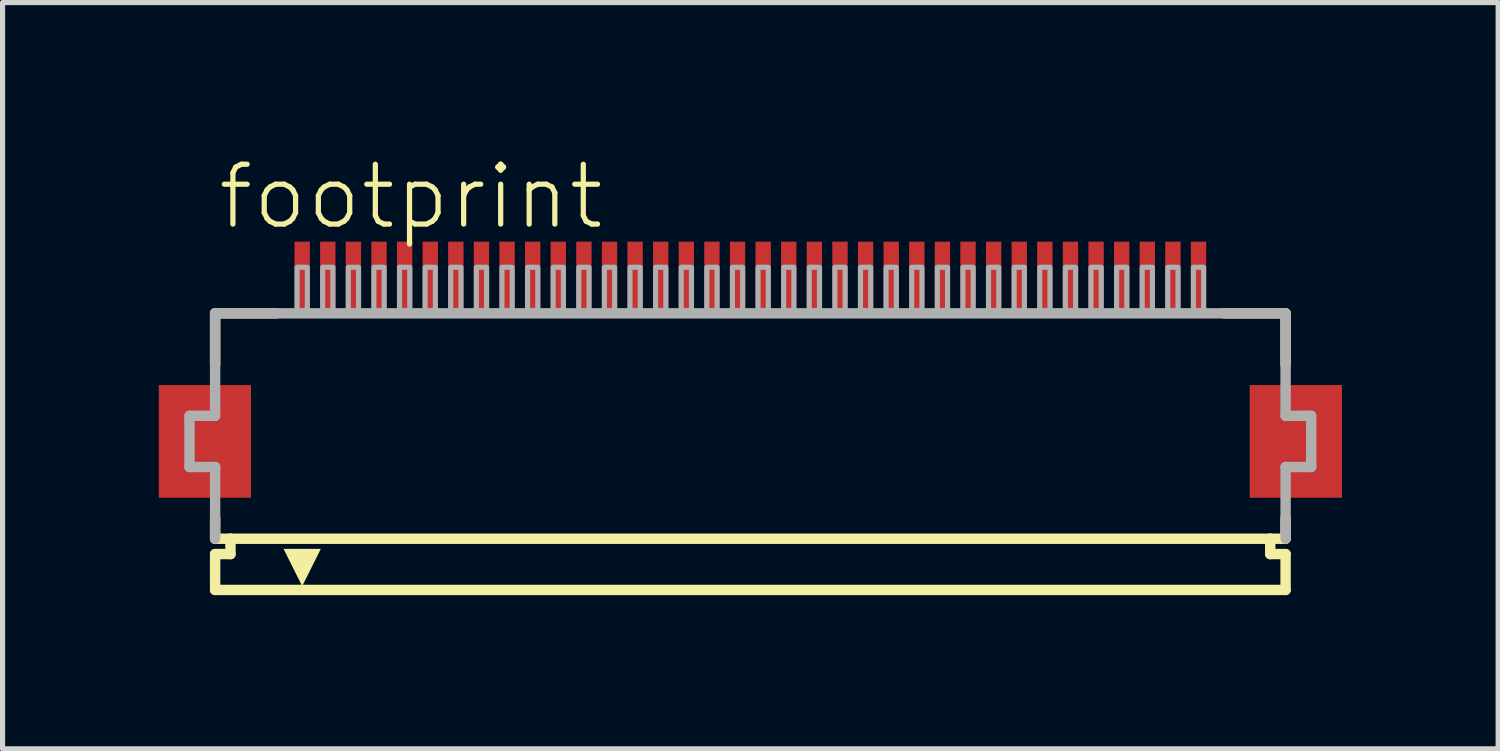
<source format=kicad_pcb>
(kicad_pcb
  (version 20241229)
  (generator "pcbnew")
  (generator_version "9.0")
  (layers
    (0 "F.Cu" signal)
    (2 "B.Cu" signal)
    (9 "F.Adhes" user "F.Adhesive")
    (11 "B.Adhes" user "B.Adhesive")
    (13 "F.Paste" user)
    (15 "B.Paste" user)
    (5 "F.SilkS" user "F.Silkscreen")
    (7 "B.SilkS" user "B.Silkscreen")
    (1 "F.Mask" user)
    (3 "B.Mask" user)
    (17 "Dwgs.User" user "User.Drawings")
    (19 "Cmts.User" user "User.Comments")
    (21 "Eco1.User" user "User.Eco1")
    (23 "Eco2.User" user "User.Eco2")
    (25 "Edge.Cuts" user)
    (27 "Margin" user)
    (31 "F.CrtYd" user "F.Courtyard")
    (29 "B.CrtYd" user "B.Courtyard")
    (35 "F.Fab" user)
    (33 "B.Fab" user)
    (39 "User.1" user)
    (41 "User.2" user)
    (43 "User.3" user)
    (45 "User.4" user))
  (footprint "footprint"
    (layer "F.Cu")
    (at 11.6 5.568)
    (property "Reference" "footprint" (at -10.448 -4.095 0) (layer "F.SilkS") (effects (font (size 1.168 1.168) (thickness 0.102)) (justify left bottom)))
    (fp_poly (pts (xy -9.75 -1.1) (xy -11.55 -1.1) (xy -11.55 1.1) (xy -9.75 1.1)) (stroke (width 0) (type solid)) (fill yes) (layer "F.Cu"))
    (fp_poly (pts (xy 11.55 -1.1) (xy 9.75 -1.1) (xy 9.75 1.1) (xy 11.55 1.1)) (stroke (width 0) (type solid)) (fill yes) (layer "F.Cu"))
    (fp_poly (pts (xy -9.7 -1.175) (xy -11.6 -1.175) (xy -11.6 1.175) (xy -9.7 1.175)) (stroke (width 0) (type solid)) (fill yes) (layer "F.Mask"))
    (fp_poly (pts (xy -8.95 -2.55) (xy -8.55 -2.55) (xy -8.55 -3.95) (xy -8.95 -3.95)) (stroke (width 0) (type solid)) (fill yes) (layer "F.Mask"))
    (fp_poly (pts (xy -8.45 -2.55) (xy -8.05 -2.55) (xy -8.05 -3.95) (xy -8.45 -3.95)) (stroke (width 0) (type solid)) (fill yes) (layer "F.Mask"))
    (fp_poly (pts (xy -7.95 -2.55) (xy -7.55 -2.55) (xy -7.55 -3.95) (xy -7.95 -3.95)) (stroke (width 0) (type solid)) (fill yes) (layer "F.Mask"))
    (fp_poly (pts (xy -7.45 -2.55) (xy -7.05 -2.55) (xy -7.05 -3.95) (xy -7.45 -3.95)) (stroke (width 0) (type solid)) (fill yes) (layer "F.Mask"))
    (fp_poly (pts (xy -6.95 -2.55) (xy -6.55 -2.55) (xy -6.55 -3.95) (xy -6.95 -3.95)) (stroke (width 0) (type solid)) (fill yes) (layer "F.Mask"))
    (fp_poly (pts (xy -6.45 -2.55) (xy -6.05 -2.55) (xy -6.05 -3.95) (xy -6.45 -3.95)) (stroke (width 0) (type solid)) (fill yes) (layer "F.Mask"))
    (fp_poly (pts (xy -5.95 -2.55) (xy -5.55 -2.55) (xy -5.55 -3.95) (xy -5.95 -3.95)) (stroke (width 0) (type solid)) (fill yes) (layer "F.Mask"))
    (fp_poly (pts (xy -5.45 -2.55) (xy -5.05 -2.55) (xy -5.05 -3.95) (xy -5.45 -3.95)) (stroke (width 0) (type solid)) (fill yes) (layer "F.Mask"))
    (fp_poly (pts (xy -4.95 -2.55) (xy -4.55 -2.55) (xy -4.55 -3.95) (xy -4.95 -3.95)) (stroke (width 0) (type solid)) (fill yes) (layer "F.Mask"))
    (fp_poly (pts (xy -4.45 -2.55) (xy -4.05 -2.55) (xy -4.05 -3.95) (xy -4.45 -3.95)) (stroke (width 0) (type solid)) (fill yes) (layer "F.Mask"))
    (fp_poly (pts (xy -3.95 -2.55) (xy -3.55 -2.55) (xy -3.55 -3.95) (xy -3.95 -3.95)) (stroke (width 0) (type solid)) (fill yes) (layer "F.Mask"))
    (fp_poly (pts (xy -3.45 -2.55) (xy -3.05 -2.55) (xy -3.05 -3.95) (xy -3.45 -3.95)) (stroke (width 0) (type solid)) (fill yes) (layer "F.Mask"))
    (fp_poly (pts (xy -2.95 -2.55) (xy -2.55 -2.55) (xy -2.55 -3.95) (xy -2.95 -3.95)) (stroke (width 0) (type solid)) (fill yes) (layer "F.Mask"))
    (fp_poly (pts (xy -2.45 -2.55) (xy -2.05 -2.55) (xy -2.05 -3.95) (xy -2.45 -3.95)) (stroke (width 0) (type solid)) (fill yes) (layer "F.Mask"))
    (fp_poly (pts (xy -1.95 -2.55) (xy -1.55 -2.55) (xy -1.55 -3.95) (xy -1.95 -3.95)) (stroke (width 0) (type solid)) (fill yes) (layer "F.Mask"))
    (fp_poly (pts (xy -1.45 -2.55) (xy -1.05 -2.55) (xy -1.05 -3.95) (xy -1.45 -3.95)) (stroke (width 0) (type solid)) (fill yes) (layer "F.Mask"))
    (fp_poly (pts (xy -0.95 -2.55) (xy -0.55 -2.55) (xy -0.55 -3.95) (xy -0.95 -3.95)) (stroke (width 0) (type solid)) (fill yes) (layer "F.Mask"))
    (fp_poly (pts (xy -0.45 -2.55) (xy -0.05 -2.55) (xy -0.05 -3.95) (xy -0.45 -3.95)) (stroke (width 0) (type solid)) (fill yes) (layer "F.Mask"))
    (fp_poly (pts (xy 0.05 -2.55) (xy 0.45 -2.55) (xy 0.45 -3.95) (xy 0.05 -3.95)) (stroke (width 0) (type solid)) (fill yes) (layer "F.Mask"))
    (fp_poly (pts (xy 0.55 -2.55) (xy 0.95 -2.55) (xy 0.95 -3.95) (xy 0.55 -3.95)) (stroke (width 0) (type solid)) (fill yes) (layer "F.Mask"))
    (fp_poly (pts (xy 1.05 -2.55) (xy 1.45 -2.55) (xy 1.45 -3.95) (xy 1.05 -3.95)) (stroke (width 0) (type solid)) (fill yes) (layer "F.Mask"))
    (fp_poly (pts (xy 1.55 -2.55) (xy 1.95 -2.55) (xy 1.95 -3.95) (xy 1.55 -3.95)) (stroke (width 0) (type solid)) (fill yes) (layer "F.Mask"))
    (fp_poly (pts (xy 2.05 -2.55) (xy 2.45 -2.55) (xy 2.45 -3.95) (xy 2.05 -3.95)) (stroke (width 0) (type solid)) (fill yes) (layer "F.Mask"))
    (fp_poly (pts (xy 2.55 -2.55) (xy 2.95 -2.55) (xy 2.95 -3.95) (xy 2.55 -3.95)) (stroke (width 0) (type solid)) (fill yes) (layer "F.Mask"))
    (fp_poly (pts (xy 3.05 -2.55) (xy 3.45 -2.55) (xy 3.45 -3.95) (xy 3.05 -3.95)) (stroke (width 0) (type solid)) (fill yes) (layer "F.Mask"))
    (fp_poly (pts (xy 3.55 -2.55) (xy 3.95 -2.55) (xy 3.95 -3.95) (xy 3.55 -3.95)) (stroke (width 0) (type solid)) (fill yes) (layer "F.Mask"))
    (fp_poly (pts (xy 4.05 -2.55) (xy 4.45 -2.55) (xy 4.45 -3.95) (xy 4.05 -3.95)) (stroke (width 0) (type solid)) (fill yes) (layer "F.Mask"))
    (fp_poly (pts (xy 4.55 -2.55) (xy 4.95 -2.55) (xy 4.95 -3.95) (xy 4.55 -3.95)) (stroke (width 0) (type solid)) (fill yes) (layer "F.Mask"))
    (fp_poly (pts (xy 5.05 -2.55) (xy 5.45 -2.55) (xy 5.45 -3.95) (xy 5.05 -3.95)) (stroke (width 0) (type solid)) (fill yes) (layer "F.Mask"))
    (fp_poly (pts (xy 5.55 -2.55) (xy 5.95 -2.55) (xy 5.95 -3.95) (xy 5.55 -3.95)) (stroke (width 0) (type solid)) (fill yes) (layer "F.Mask"))
    (fp_poly (pts (xy 6.05 -2.55) (xy 6.45 -2.55) (xy 6.45 -3.95) (xy 6.05 -3.95)) (stroke (width 0) (type solid)) (fill yes) (layer "F.Mask"))
    (fp_poly (pts (xy 6.55 -2.55) (xy 6.95 -2.55) (xy 6.95 -3.95) (xy 6.55 -3.95)) (stroke (width 0) (type solid)) (fill yes) (layer "F.Mask"))
    (fp_poly (pts (xy 7.05 -2.55) (xy 7.45 -2.55) (xy 7.45 -3.95) (xy 7.05 -3.95)) (stroke (width 0) (type solid)) (fill yes) (layer "F.Mask"))
    (fp_poly (pts (xy 7.55 -2.55) (xy 7.95 -2.55) (xy 7.95 -3.95) (xy 7.55 -3.95)) (stroke (width 0) (type solid)) (fill yes) (layer "F.Mask"))
    (fp_poly (pts (xy 8.05 -2.55) (xy 8.45 -2.55) (xy 8.45 -3.95) (xy 8.05 -3.95)) (stroke (width 0) (type solid)) (fill yes) (layer "F.Mask"))
    (fp_poly (pts (xy 8.55 -2.55) (xy 8.95 -2.55) (xy 8.95 -3.95) (xy 8.55 -3.95)) (stroke (width 0) (type solid)) (fill yes) (layer "F.Mask"))
    (fp_poly (pts (xy 11.6 -1.175) (xy 9.7 -1.175) (xy 9.7 1.175) (xy 11.6 1.175)) (stroke (width 0) (type solid)) (fill yes) (layer "F.Mask"))
    (fp_line (start -10.45 -2.5) (end -10.45 -1.5) (stroke (width 0.203) (type solid)) (layer "F.SilkS"))
    (fp_line (start -10.45 1.5) (end -10.45 1.9) (stroke (width 0.203) (type solid)) (layer "F.SilkS"))
    (fp_line (start -10.45 1.9) (end -10.15 1.9) (stroke (width 0.203) (type solid)) (layer "F.SilkS"))
    (fp_line (start -10.45 2.2) (end -10.45 2.9) (stroke (width 0.203) (type solid)) (layer "F.SilkS"))
    (fp_line (start -10.15 1.9) (end -10.15 2.2) (stroke (width 0.203) (type solid)) (layer "F.SilkS"))
    (fp_line (start -10.15 2.2) (end -10.45 2.2) (stroke (width 0.203) (type solid)) (layer "F.SilkS"))
    (fp_line (start -9.25 -2.5) (end -10.45 -2.5) (stroke (width 0.203) (type solid)) (layer "F.SilkS"))
    (fp_line (start 10.15 1.9) (end -10.15 1.9) (stroke (width 0.203) (type solid)) (layer "F.SilkS"))
    (fp_line (start 10.15 1.9) (end 10.45 1.9) (stroke (width 0.203) (type solid)) (layer "F.SilkS"))
    (fp_line (start 10.15 2.2) (end 10.15 1.9) (stroke (width 0.203) (type solid)) (layer "F.SilkS"))
    (fp_line (start 10.45 -2.5) (end 9.25 -2.5) (stroke (width 0.203) (type solid)) (layer "F.SilkS"))
    (fp_line (start 10.45 -1.5) (end 10.45 -2.5) (stroke (width 0.203) (type solid)) (layer "F.SilkS"))
    (fp_line (start 10.45 1.9) (end 10.45 1.5) (stroke (width 0.203) (type solid)) (layer "F.SilkS"))
    (fp_line (start 10.45 2.2) (end 10.15 2.2) (stroke (width 0.203) (type solid)) (layer "F.SilkS"))
    (fp_line (start 10.45 2.9) (end -10.45 2.9) (stroke (width 0.203) (type solid)) (layer "F.SilkS"))
    (fp_line (start 10.45 2.9) (end 10.45 2.2) (stroke (width 0.203) (type solid)) (layer "F.SilkS"))
    (fp_poly (pts (xy -8.75 2.827) (xy -9.114 2.098) (xy -8.386 2.098)) (stroke (width 0) (type solid)) (fill yes) (layer "F.SilkS"))
    (fp_poly (pts (xy -9.825 -1.025) (xy -11.475 -1.025) (xy -11.475 1.025) (xy -9.825 1.025)) (stroke (width 0) (type solid)) (fill yes) (layer "F.Paste"))
    (fp_poly (pts (xy -8.875 -2.625) (xy -8.625 -2.625) (xy -8.625 -3.875) (xy -8.875 -3.875)) (stroke (width 0) (type solid)) (fill yes) (layer "F.Paste"))
    (fp_poly (pts (xy -8.375 -2.625) (xy -8.125 -2.625) (xy -8.125 -3.875) (xy -8.375 -3.875)) (stroke (width 0) (type solid)) (fill yes) (layer "F.Paste"))
    (fp_poly (pts (xy -7.875 -2.625) (xy -7.625 -2.625) (xy -7.625 -3.875) (xy -7.875 -3.875)) (stroke (width 0) (type solid)) (fill yes) (layer "F.Paste"))
    (fp_poly (pts (xy -7.375 -2.625) (xy -7.125 -2.625) (xy -7.125 -3.875) (xy -7.375 -3.875)) (stroke (width 0) (type solid)) (fill yes) (layer "F.Paste"))
    (fp_poly (pts (xy -6.875 -2.625) (xy -6.625 -2.625) (xy -6.625 -3.875) (xy -6.875 -3.875)) (stroke (width 0) (type solid)) (fill yes) (layer "F.Paste"))
    (fp_poly (pts (xy -6.375 -2.625) (xy -6.125 -2.625) (xy -6.125 -3.875) (xy -6.375 -3.875)) (stroke (width 0) (type solid)) (fill yes) (layer "F.Paste"))
    (fp_poly (pts (xy -5.875 -2.625) (xy -5.625 -2.625) (xy -5.625 -3.875) (xy -5.875 -3.875)) (stroke (width 0) (type solid)) (fill yes) (layer "F.Paste"))
    (fp_poly (pts (xy -5.375 -2.625) (xy -5.125 -2.625) (xy -5.125 -3.875) (xy -5.375 -3.875)) (stroke (width 0) (type solid)) (fill yes) (layer "F.Paste"))
    (fp_poly (pts (xy -4.875 -2.625) (xy -4.625 -2.625) (xy -4.625 -3.875) (xy -4.875 -3.875)) (stroke (width 0) (type solid)) (fill yes) (layer "F.Paste"))
    (fp_poly (pts (xy -4.375 -2.625) (xy -4.125 -2.625) (xy -4.125 -3.875) (xy -4.375 -3.875)) (stroke (width 0) (type solid)) (fill yes) (layer "F.Paste"))
    (fp_poly (pts (xy -3.875 -2.625) (xy -3.625 -2.625) (xy -3.625 -3.875) (xy -3.875 -3.875)) (stroke (width 0) (type solid)) (fill yes) (layer "F.Paste"))
    (fp_poly (pts (xy -3.375 -2.625) (xy -3.125 -2.625) (xy -3.125 -3.875) (xy -3.375 -3.875)) (stroke (width 0) (type solid)) (fill yes) (layer "F.Paste"))
    (fp_poly (pts (xy -2.875 -2.625) (xy -2.625 -2.625) (xy -2.625 -3.875) (xy -2.875 -3.875)) (stroke (width 0) (type solid)) (fill yes) (layer "F.Paste"))
    (fp_poly (pts (xy -2.375 -2.625) (xy -2.125 -2.625) (xy -2.125 -3.875) (xy -2.375 -3.875)) (stroke (width 0) (type solid)) (fill yes) (layer "F.Paste"))
    (fp_poly (pts (xy -1.875 -2.625) (xy -1.625 -2.625) (xy -1.625 -3.875) (xy -1.875 -3.875)) (stroke (width 0) (type solid)) (fill yes) (layer "F.Paste"))
    (fp_poly (pts (xy -1.375 -2.625) (xy -1.125 -2.625) (xy -1.125 -3.875) (xy -1.375 -3.875)) (stroke (width 0) (type solid)) (fill yes) (layer "F.Paste"))
    (fp_poly (pts (xy -0.875 -2.625) (xy -0.625 -2.625) (xy -0.625 -3.875) (xy -0.875 -3.875)) (stroke (width 0) (type solid)) (fill yes) (layer "F.Paste"))
    (fp_poly (pts (xy -0.375 -2.625) (xy -0.125 -2.625) (xy -0.125 -3.875) (xy -0.375 -3.875)) (stroke (width 0) (type solid)) (fill yes) (layer "F.Paste"))
    (fp_poly (pts (xy 0.125 -2.625) (xy 0.375 -2.625) (xy 0.375 -3.875) (xy 0.125 -3.875)) (stroke (width 0) (type solid)) (fill yes) (layer "F.Paste"))
    (fp_poly (pts (xy 0.625 -2.625) (xy 0.875 -2.625) (xy 0.875 -3.875) (xy 0.625 -3.875)) (stroke (width 0) (type solid)) (fill yes) (layer "F.Paste"))
    (fp_poly (pts (xy 1.125 -2.625) (xy 1.375 -2.625) (xy 1.375 -3.875) (xy 1.125 -3.875)) (stroke (width 0) (type solid)) (fill yes) (layer "F.Paste"))
    (fp_poly (pts (xy 1.625 -2.625) (xy 1.875 -2.625) (xy 1.875 -3.875) (xy 1.625 -3.875)) (stroke (width 0) (type solid)) (fill yes) (layer "F.Paste"))
    (fp_poly (pts (xy 2.125 -2.625) (xy 2.375 -2.625) (xy 2.375 -3.875) (xy 2.125 -3.875)) (stroke (width 0) (type solid)) (fill yes) (layer "F.Paste"))
    (fp_poly (pts (xy 2.625 -2.625) (xy 2.875 -2.625) (xy 2.875 -3.875) (xy 2.625 -3.875)) (stroke (width 0) (type solid)) (fill yes) (layer "F.Paste"))
    (fp_poly (pts (xy 3.125 -2.625) (xy 3.375 -2.625) (xy 3.375 -3.875) (xy 3.125 -3.875)) (stroke (width 0) (type solid)) (fill yes) (layer "F.Paste"))
    (fp_poly (pts (xy 3.625 -2.625) (xy 3.875 -2.625) (xy 3.875 -3.875) (xy 3.625 -3.875)) (stroke (width 0) (type solid)) (fill yes) (layer "F.Paste"))
    (fp_poly (pts (xy 4.125 -2.625) (xy 4.375 -2.625) (xy 4.375 -3.875) (xy 4.125 -3.875)) (stroke (width 0) (type solid)) (fill yes) (layer "F.Paste"))
    (fp_poly (pts (xy 4.625 -2.625) (xy 4.875 -2.625) (xy 4.875 -3.875) (xy 4.625 -3.875)) (stroke (width 0) (type solid)) (fill yes) (layer "F.Paste"))
    (fp_poly (pts (xy 5.125 -2.625) (xy 5.375 -2.625) (xy 5.375 -3.875) (xy 5.125 -3.875)) (stroke (width 0) (type solid)) (fill yes) (layer "F.Paste"))
    (fp_poly (pts (xy 5.625 -2.625) (xy 5.875 -2.625) (xy 5.875 -3.875) (xy 5.625 -3.875)) (stroke (width 0) (type solid)) (fill yes) (layer "F.Paste"))
    (fp_poly (pts (xy 6.125 -2.625) (xy 6.375 -2.625) (xy 6.375 -3.875) (xy 6.125 -3.875)) (stroke (width 0) (type solid)) (fill yes) (layer "F.Paste"))
    (fp_poly (pts (xy 6.625 -2.625) (xy 6.875 -2.625) (xy 6.875 -3.875) (xy 6.625 -3.875)) (stroke (width 0) (type solid)) (fill yes) (layer "F.Paste"))
    (fp_poly (pts (xy 7.125 -2.625) (xy 7.375 -2.625) (xy 7.375 -3.875) (xy 7.125 -3.875)) (stroke (width 0) (type solid)) (fill yes) (layer "F.Paste"))
    (fp_poly (pts (xy 7.625 -2.625) (xy 7.875 -2.625) (xy 7.875 -3.875) (xy 7.625 -3.875)) (stroke (width 0) (type solid)) (fill yes) (layer "F.Paste"))
    (fp_poly (pts (xy 8.125 -2.625) (xy 8.375 -2.625) (xy 8.375 -3.875) (xy 8.125 -3.875)) (stroke (width 0) (type solid)) (fill yes) (layer "F.Paste"))
    (fp_poly (pts (xy 8.625 -2.625) (xy 8.875 -2.625) (xy 8.875 -3.875) (xy 8.625 -3.875)) (stroke (width 0) (type solid)) (fill yes) (layer "F.Paste"))
    (fp_poly (pts (xy 11.475 -1.025) (xy 9.825 -1.025) (xy 9.825 1.025) (xy 11.475 1.025)) (stroke (width 0) (type solid)) (fill yes) (layer "F.Paste"))
    (fp_line (start -10.95 -0.5) (end -10.95 0.5) (stroke (width 0.203) (type solid)) (layer "F.Fab"))
    (fp_line (start -10.95 0.5) (end -10.45 0.5) (stroke (width 0.203) (type solid)) (layer "F.Fab"))
    (fp_line (start -10.45 -2.5) (end -10.45 -0.5) (stroke (width 0.203) (type solid)) (layer "F.Fab"))
    (fp_line (start -10.45 -0.5) (end -10.95 -0.5) (stroke (width 0.203) (type solid)) (layer "F.Fab"))
    (fp_line (start -10.45 0.5) (end -10.45 1.9) (stroke (width 0.203) (type solid)) (layer "F.Fab"))
    (fp_line (start 10.45 -2.5) (end -10.45 -2.5) (stroke (width 0.203) (type solid)) (layer "F.Fab"))
    (fp_line (start 10.45 -0.5) (end 10.45 -2.5) (stroke (width 0.203) (type solid)) (layer "F.Fab"))
    (fp_line (start 10.45 0.5) (end 10.95 0.5) (stroke (width 0.203) (type solid)) (layer "F.Fab"))
    (fp_line (start 10.45 1.9) (end 10.45 0.5) (stroke (width 0.203) (type solid)) (layer "F.Fab"))
    (fp_line (start 10.95 -0.5) (end 10.45 -0.5) (stroke (width 0.203) (type solid)) (layer "F.Fab"))
    (fp_line (start 10.95 0.5) (end 10.95 -0.5) (stroke (width 0.203) (type solid)) (layer "F.Fab"))
    (fp_poly (pts (xy -8.85 -2.55) (xy -8.65 -2.55) (xy -8.65 -3.4) (xy -8.85 -3.4)) (stroke (width 0.1) (type solid)) (fill no) (layer "F.Fab"))
    (fp_poly (pts (xy -8.35 -2.55) (xy -8.15 -2.55) (xy -8.15 -3.4) (xy -8.35 -3.4)) (stroke (width 0.1) (type solid)) (fill no) (layer "F.Fab"))
    (fp_poly (pts (xy -7.85 -2.55) (xy -7.65 -2.55) (xy -7.65 -3.4) (xy -7.85 -3.4)) (stroke (width 0.1) (type solid)) (fill no) (layer "F.Fab"))
    (fp_poly (pts (xy -7.35 -2.55) (xy -7.15 -2.55) (xy -7.15 -3.4) (xy -7.35 -3.4)) (stroke (width 0.1) (type solid)) (fill no) (layer "F.Fab"))
    (fp_poly (pts (xy -6.85 -2.55) (xy -6.65 -2.55) (xy -6.65 -3.4) (xy -6.85 -3.4)) (stroke (width 0.1) (type solid)) (fill no) (layer "F.Fab"))
    (fp_poly (pts (xy -6.35 -2.55) (xy -6.15 -2.55) (xy -6.15 -3.4) (xy -6.35 -3.4)) (stroke (width 0.1) (type solid)) (fill no) (layer "F.Fab"))
    (fp_poly (pts (xy -5.85 -2.55) (xy -5.65 -2.55) (xy -5.65 -3.4) (xy -5.85 -3.4)) (stroke (width 0.1) (type solid)) (fill no) (layer "F.Fab"))
    (fp_poly (pts (xy -5.35 -2.55) (xy -5.15 -2.55) (xy -5.15 -3.4) (xy -5.35 -3.4)) (stroke (width 0.1) (type solid)) (fill no) (layer "F.Fab"))
    (fp_poly (pts (xy -4.85 -2.55) (xy -4.65 -2.55) (xy -4.65 -3.4) (xy -4.85 -3.4)) (stroke (width 0.1) (type solid)) (fill no) (layer "F.Fab"))
    (fp_poly (pts (xy -4.35 -2.55) (xy -4.15 -2.55) (xy -4.15 -3.4) (xy -4.35 -3.4)) (stroke (width 0.1) (type solid)) (fill no) (layer "F.Fab"))
    (fp_poly (pts (xy -3.85 -2.55) (xy -3.65 -2.55) (xy -3.65 -3.4) (xy -3.85 -3.4)) (stroke (width 0.1) (type solid)) (fill no) (layer "F.Fab"))
    (fp_poly (pts (xy -3.35 -2.55) (xy -3.15 -2.55) (xy -3.15 -3.4) (xy -3.35 -3.4)) (stroke (width 0.1) (type solid)) (fill no) (layer "F.Fab"))
    (fp_poly (pts (xy -2.85 -2.55) (xy -2.65 -2.55) (xy -2.65 -3.4) (xy -2.85 -3.4)) (stroke (width 0.1) (type solid)) (fill no) (layer "F.Fab"))
    (fp_poly (pts (xy -2.35 -2.55) (xy -2.15 -2.55) (xy -2.15 -3.4) (xy -2.35 -3.4)) (stroke (width 0.1) (type solid)) (fill no) (layer "F.Fab"))
    (fp_poly (pts (xy -1.85 -2.55) (xy -1.65 -2.55) (xy -1.65 -3.4) (xy -1.85 -3.4)) (stroke (width 0.1) (type solid)) (fill no) (layer "F.Fab"))
    (fp_poly (pts (xy -1.35 -2.55) (xy -1.15 -2.55) (xy -1.15 -3.4) (xy -1.35 -3.4)) (stroke (width 0.1) (type solid)) (fill no) (layer "F.Fab"))
    (fp_poly (pts (xy -0.85 -2.55) (xy -0.65 -2.55) (xy -0.65 -3.4) (xy -0.85 -3.4)) (stroke (width 0.1) (type solid)) (fill no) (layer "F.Fab"))
    (fp_poly (pts (xy -0.35 -2.55) (xy -0.15 -2.55) (xy -0.15 -3.4) (xy -0.35 -3.4)) (stroke (width 0.1) (type solid)) (fill no) (layer "F.Fab"))
    (fp_poly (pts (xy 0.15 -2.55) (xy 0.35 -2.55) (xy 0.35 -3.4) (xy 0.15 -3.4)) (stroke (width 0.1) (type solid)) (fill no) (layer "F.Fab"))
    (fp_poly (pts (xy 0.65 -2.55) (xy 0.85 -2.55) (xy 0.85 -3.4) (xy 0.65 -3.4)) (stroke (width 0.1) (type solid)) (fill no) (layer "F.Fab"))
    (fp_poly (pts (xy 1.15 -2.55) (xy 1.35 -2.55) (xy 1.35 -3.4) (xy 1.15 -3.4)) (stroke (width 0.1) (type solid)) (fill no) (layer "F.Fab"))
    (fp_poly (pts (xy 1.65 -2.55) (xy 1.85 -2.55) (xy 1.85 -3.4) (xy 1.65 -3.4)) (stroke (width 0.1) (type solid)) (fill no) (layer "F.Fab"))
    (fp_poly (pts (xy 2.15 -2.55) (xy 2.35 -2.55) (xy 2.35 -3.4) (xy 2.15 -3.4)) (stroke (width 0.1) (type solid)) (fill no) (layer "F.Fab"))
    (fp_poly (pts (xy 2.65 -2.55) (xy 2.85 -2.55) (xy 2.85 -3.4) (xy 2.65 -3.4)) (stroke (width 0.1) (type solid)) (fill no) (layer "F.Fab"))
    (fp_poly (pts (xy 3.15 -2.55) (xy 3.35 -2.55) (xy 3.35 -3.4) (xy 3.15 -3.4)) (stroke (width 0.1) (type solid)) (fill no) (layer "F.Fab"))
    (fp_poly (pts (xy 3.65 -2.55) (xy 3.85 -2.55) (xy 3.85 -3.4) (xy 3.65 -3.4)) (stroke (width 0.1) (type solid)) (fill no) (layer "F.Fab"))
    (fp_poly (pts (xy 4.15 -2.55) (xy 4.35 -2.55) (xy 4.35 -3.4) (xy 4.15 -3.4)) (stroke (width 0.1) (type solid)) (fill no) (layer "F.Fab"))
    (fp_poly (pts (xy 4.65 -2.55) (xy 4.85 -2.55) (xy 4.85 -3.4) (xy 4.65 -3.4)) (stroke (width 0.1) (type solid)) (fill no) (layer "F.Fab"))
    (fp_poly (pts (xy 5.15 -2.55) (xy 5.35 -2.55) (xy 5.35 -3.4) (xy 5.15 -3.4)) (stroke (width 0.1) (type solid)) (fill no) (layer "F.Fab"))
    (fp_poly (pts (xy 5.65 -2.55) (xy 5.85 -2.55) (xy 5.85 -3.4) (xy 5.65 -3.4)) (stroke (width 0.1) (type solid)) (fill no) (layer "F.Fab"))
    (fp_poly (pts (xy 6.15 -2.55) (xy 6.35 -2.55) (xy 6.35 -3.4) (xy 6.15 -3.4)) (stroke (width 0.1) (type solid)) (fill no) (layer "F.Fab"))
    (fp_poly (pts (xy 6.65 -2.55) (xy 6.85 -2.55) (xy 6.85 -3.4) (xy 6.65 -3.4)) (stroke (width 0.1) (type solid)) (fill no) (layer "F.Fab"))
    (fp_poly (pts (xy 7.15 -2.55) (xy 7.35 -2.55) (xy 7.35 -3.4) (xy 7.15 -3.4)) (stroke (width 0.1) (type solid)) (fill no) (layer "F.Fab"))
    (fp_poly (pts (xy 7.65 -2.55) (xy 7.85 -2.55) (xy 7.85 -3.4) (xy 7.65 -3.4)) (stroke (width 0.1) (type solid)) (fill no) (layer "F.Fab"))
    (fp_poly (pts (xy 8.15 -2.55) (xy 8.35 -2.55) (xy 8.35 -3.4) (xy 8.15 -3.4)) (stroke (width 0.1) (type solid)) (fill no) (layer "F.Fab"))
    (fp_poly (pts (xy 8.65 -2.55) (xy 8.85 -2.55) (xy 8.85 -3.4) (xy 8.65 -3.4)) (stroke (width 0.1) (type solid)) (fill no) (layer "F.Fab"))
    (pad "1" smd rect (at -8.75 -3.25) (size 0.3 1.3) (layers "F.Cu"))
    (pad "2" smd rect (at -8.25 -3.25) (size 0.3 1.3) (layers "F.Cu"))
    (pad "3" smd rect (at -7.75 -3.25) (size 0.3 1.3) (layers "F.Cu"))
    (pad "4" smd rect (at -7.25 -3.25) (size 0.3 1.3) (layers "F.Cu"))
    (pad "5" smd rect (at -6.75 -3.25) (size 0.3 1.3) (layers "F.Cu"))
    (pad "6" smd rect (at -6.25 -3.25) (size 0.3 1.3) (layers "F.Cu"))
    (pad "7" smd rect (at -5.75 -3.25) (size 0.3 1.3) (layers "F.Cu"))
    (pad "8" smd rect (at -5.25 -3.25) (size 0.3 1.3) (layers "F.Cu"))
    (pad "9" smd rect (at -4.75 -3.25) (size 0.3 1.3) (layers "F.Cu"))
    (pad "10" smd rect (at -4.25 -3.25) (size 0.3 1.3) (layers "F.Cu"))
    (pad "11" smd rect (at -3.75 -3.25) (size 0.3 1.3) (layers "F.Cu"))
    (pad "12" smd rect (at -3.25 -3.25) (size 0.3 1.3) (layers "F.Cu"))
    (pad "13" smd rect (at -2.75 -3.25) (size 0.3 1.3) (layers "F.Cu"))
    (pad "14" smd rect (at -2.25 -3.25) (size 0.3 1.3) (layers "F.Cu"))
    (pad "15" smd rect (at -1.75 -3.25) (size 0.3 1.3) (layers "F.Cu"))
    (pad "16" smd rect (at -1.25 -3.25) (size 0.3 1.3) (layers "F.Cu"))
    (pad "17" smd rect (at -0.75 -3.25) (size 0.3 1.3) (layers "F.Cu"))
    (pad "18" smd rect (at -0.25 -3.25) (size 0.3 1.3) (layers "F.Cu"))
    (pad "19" smd rect (at 0.25 -3.25) (size 0.3 1.3) (layers "F.Cu"))
    (pad "20" smd rect (at 0.75 -3.25) (size 0.3 1.3) (layers "F.Cu"))
    (pad "21" smd rect (at 1.25 -3.25) (size 0.3 1.3) (layers "F.Cu"))
    (pad "22" smd rect (at 1.75 -3.25) (size 0.3 1.3) (layers "F.Cu"))
    (pad "23" smd rect (at 2.25 -3.25) (size 0.3 1.3) (layers "F.Cu"))
    (pad "24" smd rect (at 2.75 -3.25) (size 0.3 1.3) (layers "F.Cu"))
    (pad "25" smd rect (at 3.25 -3.25) (size 0.3 1.3) (layers "F.Cu"))
    (pad "26" smd rect (at 3.75 -3.25) (size 0.3 1.3) (layers "F.Cu"))
    (pad "27" smd rect (at 4.25 -3.25) (size 0.3 1.3) (layers "F.Cu"))
    (pad "28" smd rect (at 4.75 -3.25) (size 0.3 1.3) (layers "F.Cu"))
    (pad "29" smd rect (at 5.25 -3.25) (size 0.3 1.3) (layers "F.Cu"))
    (pad "30" smd rect (at 5.75 -3.25) (size 0.3 1.3) (layers "F.Cu"))
    (pad "31" smd rect (at 6.25 -3.25) (size 0.3 1.3) (layers "F.Cu"))
    (pad "32" smd rect (at 6.75 -3.25) (size 0.3 1.3) (layers "F.Cu"))
    (pad "33" smd rect (at 7.25 -3.25) (size 0.3 1.3) (layers "F.Cu"))
    (pad "34" smd rect (at 7.75 -3.25) (size 0.3 1.3) (layers "F.Cu"))
    (pad "35" smd rect (at 8.25 -3.25) (size 0.3 1.3) (layers "F.Cu"))
    (pad "36" smd rect (at 8.75 -3.25) (size 0.3 1.3) (layers "F.Cu")))
  (gr_rect
    (start -3 -3)
    (end 26.2 11.57)
    (stroke (width 0.1) (type default))
    (fill no)
    (layer "Edge.Cuts")))
</source>
